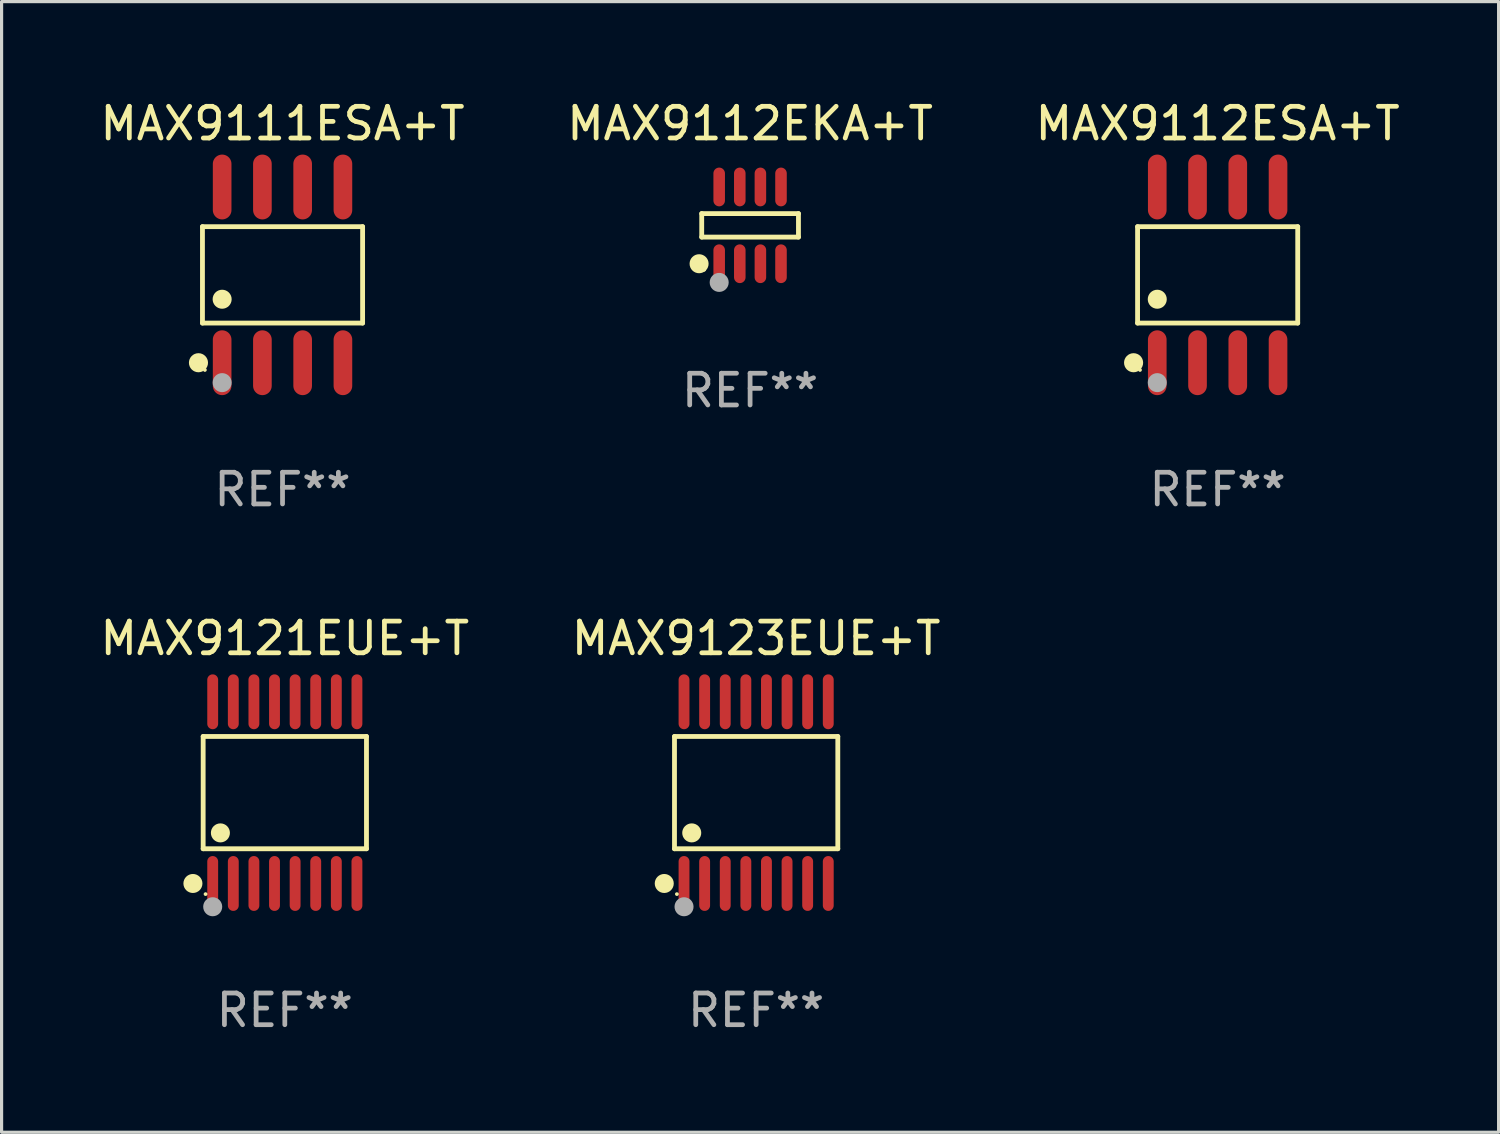
<source format=kicad_pcb>
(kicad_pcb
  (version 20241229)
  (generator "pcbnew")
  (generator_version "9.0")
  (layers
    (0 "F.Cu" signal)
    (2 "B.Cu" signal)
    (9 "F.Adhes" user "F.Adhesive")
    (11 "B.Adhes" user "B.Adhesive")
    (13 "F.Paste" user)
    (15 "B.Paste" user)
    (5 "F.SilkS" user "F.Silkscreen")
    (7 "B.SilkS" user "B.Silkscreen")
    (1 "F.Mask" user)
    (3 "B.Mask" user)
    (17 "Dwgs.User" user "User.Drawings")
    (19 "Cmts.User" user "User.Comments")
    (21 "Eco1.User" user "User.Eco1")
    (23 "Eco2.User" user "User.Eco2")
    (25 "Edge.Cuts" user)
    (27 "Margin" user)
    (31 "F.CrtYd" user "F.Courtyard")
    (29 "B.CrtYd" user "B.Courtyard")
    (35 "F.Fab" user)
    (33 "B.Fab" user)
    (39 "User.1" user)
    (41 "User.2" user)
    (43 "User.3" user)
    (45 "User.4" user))
  (footprint "MAX9123EUE+T"
    (layer "F.Cu")
    (at 20.804 21.955)
    (property "Reference" "MAX9123EUE+T" (at 0 -4.866 0) (layer "F.SilkS") (effects (font (size 1 1) (thickness 0.15))))
    (attr through_hole)
    (fp_line (start -2.576 -1.772) (end 2.576 -1.772) (stroke (width 0.152) (type solid)) (layer "F.SilkS"))
    (fp_line (start -2.576 1.771) (end -2.576 -1.772) (stroke (width 0.152) (type solid)) (layer "F.SilkS"))
    (fp_line (start 2.576 -1.772) (end 2.576 1.771) (stroke (width 0.152) (type solid)) (layer "F.SilkS"))
    (fp_line (start 2.576 1.771) (end -2.576 1.771) (stroke (width 0.152) (type solid)) (layer "F.SilkS"))
    (fp_circle (center -2.899 2.866) (end -2.749 2.866) (stroke (width 0.3) (type solid)) (fill no) (layer "F.SilkS"))
    (fp_circle (center -2.5 3.2) (end -2.47 3.2) (stroke (width 0.06) (type solid)) (fill no) (layer "F.SilkS"))
    (fp_circle (center -2.032 1.27) (end -1.882 1.27) (stroke (width 0.3) (type solid)) (fill no) (layer "F.SilkS"))
    (fp_circle (center -2.275 3.6) (end -2.125 3.6) (stroke (width 0.3) (type solid)) (fill no) (layer "F.Fab"))
    (fp_text user "REF**" (at 0 6.866 0) (layer "F.Fab") (effects (font (size 1 1) (thickness 0.15))))
    (pad "1" smd oval (at -2.275 2.866) (size 0.343 1.731) (layers "F.Cu" "F.Mask" "F.Paste"))
    (pad "2" smd oval (at -1.625 2.866) (size 0.343 1.731) (layers "F.Cu" "F.Mask" "F.Paste"))
    (pad "3" smd oval (at -0.975 2.866) (size 0.343 1.731) (layers "F.Cu" "F.Mask" "F.Paste"))
    (pad "4" smd oval (at -0.325 2.866) (size 0.343 1.731) (layers "F.Cu" "F.Mask" "F.Paste"))
    (pad "5" smd oval (at 0.325 2.866) (size 0.343 1.731) (layers "F.Cu" "F.Mask" "F.Paste"))
    (pad "6" smd oval (at 0.975 2.866) (size 0.343 1.731) (layers "F.Cu" "F.Mask" "F.Paste"))
    (pad "7" smd oval (at 1.625 2.866) (size 0.343 1.731) (layers "F.Cu" "F.Mask" "F.Paste"))
    (pad "8" smd oval (at 2.275 2.866) (size 0.343 1.731) (layers "F.Cu" "F.Mask" "F.Paste"))
    (pad "9" smd oval (at 2.275 -2.866) (size 0.343 1.731) (layers "F.Cu" "F.Mask" "F.Paste"))
    (pad "10" smd oval (at 1.625 -2.866) (size 0.343 1.731) (layers "F.Cu" "F.Mask" "F.Paste"))
    (pad "11" smd oval (at 0.975 -2.866) (size 0.343 1.731) (layers "F.Cu" "F.Mask" "F.Paste"))
    (pad "12" smd oval (at 0.325 -2.866) (size 0.343 1.731) (layers "F.Cu" "F.Mask" "F.Paste"))
    (pad "13" smd oval (at -0.325 -2.866) (size 0.343 1.731) (layers "F.Cu" "F.Mask" "F.Paste"))
    (pad "14" smd oval (at -0.975 -2.866) (size 0.343 1.731) (layers "F.Cu" "F.Mask" "F.Paste"))
    (pad "15" smd oval (at -1.625 -2.866) (size 0.343 1.731) (layers "F.Cu" "F.Mask" "F.Paste"))
    (pad "16" smd oval (at -2.275 -2.866) (size 0.343 1.731) (layers "F.Cu" "F.Mask" "F.Paste")))
  (footprint "MAX9121EUE+T"
    (layer "F.Cu")
    (at 5.935 21.955)
    (property "Reference" "MAX9121EUE+T" (at 0 -4.866 0) (layer "F.SilkS") (effects (font (size 1 1) (thickness 0.15))))
    (attr through_hole)
    (fp_line (start -2.576 -1.772) (end 2.576 -1.772) (stroke (width 0.152) (type solid)) (layer "F.SilkS"))
    (fp_line (start -2.576 1.771) (end -2.576 -1.772) (stroke (width 0.152) (type solid)) (layer "F.SilkS"))
    (fp_line (start 2.576 -1.772) (end 2.576 1.771) (stroke (width 0.152) (type solid)) (layer "F.SilkS"))
    (fp_line (start 2.576 1.771) (end -2.576 1.771) (stroke (width 0.152) (type solid)) (layer "F.SilkS"))
    (fp_circle (center -2.899 2.866) (end -2.749 2.866) (stroke (width 0.3) (type solid)) (fill no) (layer "F.SilkS"))
    (fp_circle (center -2.5 3.2) (end -2.47 3.2) (stroke (width 0.06) (type solid)) (fill no) (layer "F.SilkS"))
    (fp_circle (center -2.032 1.27) (end -1.882 1.27) (stroke (width 0.3) (type solid)) (fill no) (layer "F.SilkS"))
    (fp_circle (center -2.275 3.6) (end -2.125 3.6) (stroke (width 0.3) (type solid)) (fill no) (layer "F.Fab"))
    (fp_text user "REF**" (at 0 6.866 0) (layer "F.Fab") (effects (font (size 1 1) (thickness 0.15))))
    (pad "1" smd oval (at -2.275 2.866) (size 0.343 1.731) (layers "F.Cu" "F.Mask" "F.Paste"))
    (pad "2" smd oval (at -1.625 2.866) (size 0.343 1.731) (layers "F.Cu" "F.Mask" "F.Paste"))
    (pad "3" smd oval (at -0.975 2.866) (size 0.343 1.731) (layers "F.Cu" "F.Mask" "F.Paste"))
    (pad "4" smd oval (at -0.325 2.866) (size 0.343 1.731) (layers "F.Cu" "F.Mask" "F.Paste"))
    (pad "5" smd oval (at 0.325 2.866) (size 0.343 1.731) (layers "F.Cu" "F.Mask" "F.Paste"))
    (pad "6" smd oval (at 0.975 2.866) (size 0.343 1.731) (layers "F.Cu" "F.Mask" "F.Paste"))
    (pad "7" smd oval (at 1.625 2.866) (size 0.343 1.731) (layers "F.Cu" "F.Mask" "F.Paste"))
    (pad "8" smd oval (at 2.275 2.866) (size 0.343 1.731) (layers "F.Cu" "F.Mask" "F.Paste"))
    (pad "9" smd oval (at 2.275 -2.866) (size 0.343 1.731) (layers "F.Cu" "F.Mask" "F.Paste"))
    (pad "10" smd oval (at 1.625 -2.866) (size 0.343 1.731) (layers "F.Cu" "F.Mask" "F.Paste"))
    (pad "11" smd oval (at 0.975 -2.866) (size 0.343 1.731) (layers "F.Cu" "F.Mask" "F.Paste"))
    (pad "12" smd oval (at 0.325 -2.866) (size 0.343 1.731) (layers "F.Cu" "F.Mask" "F.Paste"))
    (pad "13" smd oval (at -0.325 -2.866) (size 0.343 1.731) (layers "F.Cu" "F.Mask" "F.Paste"))
    (pad "14" smd oval (at -0.975 -2.866) (size 0.343 1.731) (layers "F.Cu" "F.Mask" "F.Paste"))
    (pad "15" smd oval (at -1.625 -2.866) (size 0.343 1.731) (layers "F.Cu" "F.Mask" "F.Paste"))
    (pad "16" smd oval (at -2.275 -2.866) (size 0.343 1.731) (layers "F.Cu" "F.Mask" "F.Paste")))
  (footprint "MAX9111ESA+T"
    (layer "F.Cu")
    (at 5.863 5.621)
    (property "Reference" "MAX9111ESA+T" (at 0 -4.772 0) (layer "F.SilkS") (effects (font (size 1 1) (thickness 0.15))))
    (attr through_hole)
    (fp_line (start -2.526 -1.521) (end 2.526 -1.521) (stroke (width 0.152) (type solid)) (layer "F.SilkS"))
    (fp_line (start -2.526 1.521) (end -2.526 -1.521) (stroke (width 0.152) (type solid)) (layer "F.SilkS"))
    (fp_line (start 2.526 -1.521) (end 2.526 1.521) (stroke (width 0.152) (type solid)) (layer "F.SilkS"))
    (fp_line (start 2.526 1.521) (end -2.526 1.521) (stroke (width 0.152) (type solid)) (layer "F.SilkS"))
    (fp_circle (center -2.652 2.772) (end -2.501 2.772) (stroke (width 0.3) (type solid)) (fill no) (layer "F.SilkS"))
    (fp_circle (center -2.45 3) (end -2.42 3) (stroke (width 0.06) (type solid)) (fill no) (layer "F.SilkS"))
    (fp_circle (center -1.905 0.769) (end -1.755 0.769) (stroke (width 0.3) (type solid)) (fill no) (layer "F.SilkS"))
    (fp_circle (center -1.905 3.4) (end -1.755 3.4) (stroke (width 0.3) (type solid)) (fill no) (layer "F.Fab"))
    (fp_text user "REF**" (at 0 6.772 0) (layer "F.Fab") (effects (font (size 1 1) (thickness 0.15))))
    (pad "1" smd oval (at -1.905 2.772) (size 0.588 2.045) (layers "F.Cu" "F.Mask" "F.Paste"))
    (pad "2" smd oval (at -0.635 2.772) (size 0.588 2.045) (layers "F.Cu" "F.Mask" "F.Paste"))
    (pad "3" smd oval (at 0.635 2.772) (size 0.588 2.045) (layers "F.Cu" "F.Mask" "F.Paste"))
    (pad "4" smd oval (at 1.905 2.772) (size 0.588 2.045) (layers "F.Cu" "F.Mask" "F.Paste"))
    (pad "5" smd oval (at 1.905 -2.772) (size 0.588 2.045) (layers "F.Cu" "F.Mask" "F.Paste"))
    (pad "6" smd oval (at 0.635 -2.772) (size 0.588 2.045) (layers "F.Cu" "F.Mask" "F.Paste"))
    (pad "7" smd oval (at -0.635 -2.772) (size 0.588 2.045) (layers "F.Cu" "F.Mask" "F.Paste"))
    (pad "8" smd oval (at -1.905 -2.772) (size 0.588 2.045) (layers "F.Cu" "F.Mask" "F.Paste")))
  (footprint "MAX9112ESA+T"
    (layer "F.Cu")
    (at 35.363 5.621)
    (property "Reference" "MAX9112ESA+T" (at 0 -4.772 0) (layer "F.SilkS") (effects (font (size 1 1) (thickness 0.15))))
    (attr through_hole)
    (fp_line (start -2.526 -1.521) (end 2.526 -1.521) (stroke (width 0.152) (type solid)) (layer "F.SilkS"))
    (fp_line (start -2.526 1.521) (end -2.526 -1.521) (stroke (width 0.152) (type solid)) (layer "F.SilkS"))
    (fp_line (start 2.526 -1.521) (end 2.526 1.521) (stroke (width 0.152) (type solid)) (layer "F.SilkS"))
    (fp_line (start 2.526 1.521) (end -2.526 1.521) (stroke (width 0.152) (type solid)) (layer "F.SilkS"))
    (fp_circle (center -2.652 2.772) (end -2.501 2.772) (stroke (width 0.3) (type solid)) (fill no) (layer "F.SilkS"))
    (fp_circle (center -2.45 3) (end -2.42 3) (stroke (width 0.06) (type solid)) (fill no) (layer "F.SilkS"))
    (fp_circle (center -1.905 0.769) (end -1.755 0.769) (stroke (width 0.3) (type solid)) (fill no) (layer "F.SilkS"))
    (fp_circle (center -1.905 3.4) (end -1.755 3.4) (stroke (width 0.3) (type solid)) (fill no) (layer "F.Fab"))
    (fp_text user "REF**" (at 0 6.772 0) (layer "F.Fab") (effects (font (size 1 1) (thickness 0.15))))
    (pad "1" smd oval (at -1.905 2.772) (size 0.588 2.045) (layers "F.Cu" "F.Mask" "F.Paste"))
    (pad "2" smd oval (at -0.635 2.772) (size 0.588 2.045) (layers "F.Cu" "F.Mask" "F.Paste"))
    (pad "3" smd oval (at 0.635 2.772) (size 0.588 2.045) (layers "F.Cu" "F.Mask" "F.Paste"))
    (pad "4" smd oval (at 1.905 2.772) (size 0.588 2.045) (layers "F.Cu" "F.Mask" "F.Paste"))
    (pad "5" smd oval (at 1.905 -2.772) (size 0.588 2.045) (layers "F.Cu" "F.Mask" "F.Paste"))
    (pad "6" smd oval (at 0.635 -2.772) (size 0.588 2.045) (layers "F.Cu" "F.Mask" "F.Paste"))
    (pad "7" smd oval (at -0.635 -2.772) (size 0.588 2.045) (layers "F.Cu" "F.Mask" "F.Paste"))
    (pad "8" smd oval (at -1.905 -2.772) (size 0.588 2.045) (layers "F.Cu" "F.Mask" "F.Paste")))
  (footprint "MAX9112EKA+T"
    (layer "F.Cu")
    (at 20.613 4.059)
    (property "Reference" "MAX9112EKA+T" (at 0 -3.211 0) (layer "F.SilkS") (effects (font (size 1 1) (thickness 0.15))))
    (attr through_hole)
    (fp_line (start -1.526 -0.371) (end 1.526 -0.371) (stroke (width 0.152) (type solid)) (layer "F.SilkS"))
    (fp_line (start -1.526 0.371) (end -1.526 -0.371) (stroke (width 0.152) (type solid)) (layer "F.SilkS"))
    (fp_line (start 1.526 -0.371) (end 1.526 0.371) (stroke (width 0.152) (type solid)) (layer "F.SilkS"))
    (fp_line (start 1.526 0.371) (end -1.526 0.371) (stroke (width 0.152) (type solid)) (layer "F.SilkS"))
    (fp_circle (center -1.609 1.211) (end -1.459 1.211) (stroke (width 0.3) (type solid)) (fill no) (layer "F.SilkS"))
    (fp_circle (center -1.45 1.4) (end -1.42 1.4) (stroke (width 0.06) (type solid)) (fill no) (layer "F.SilkS"))
    (fp_circle (center -0.975 1.8) (end -0.825 1.8) (stroke (width 0.3) (type solid)) (fill no) (layer "F.Fab"))
    (fp_text user "REF**" (at 0 5.211 0) (layer "F.Fab") (effects (font (size 1 1) (thickness 0.15))))
    (pad "1" smd oval (at -0.975 1.211) (size 0.364 1.222) (layers "F.Cu" "F.Mask" "F.Paste"))
    (pad "2" smd oval (at -0.325 1.211) (size 0.364 1.222) (layers "F.Cu" "F.Mask" "F.Paste"))
    (pad "3" smd oval (at 0.325 1.211) (size 0.364 1.222) (layers "F.Cu" "F.Mask" "F.Paste"))
    (pad "4" smd oval (at 0.975 1.211) (size 0.364 1.222) (layers "F.Cu" "F.Mask" "F.Paste"))
    (pad "5" smd oval (at 0.975 -1.211) (size 0.364 1.222) (layers "F.Cu" "F.Mask" "F.Paste"))
    (pad "6" smd oval (at 0.325 -1.211) (size 0.364 1.222) (layers "F.Cu" "F.Mask" "F.Paste"))
    (pad "7" smd oval (at -0.325 -1.211) (size 0.364 1.222) (layers "F.Cu" "F.Mask" "F.Paste"))
    (pad "8" smd oval (at -0.975 -1.211) (size 0.364 1.222) (layers "F.Cu" "F.Mask" "F.Paste")))
  (gr_rect
    (start -3 -3)
    (end 44.226 32.669)
    (stroke (width 0.1) (type default))
    (fill no)
    (layer "Edge.Cuts")))
</source>
